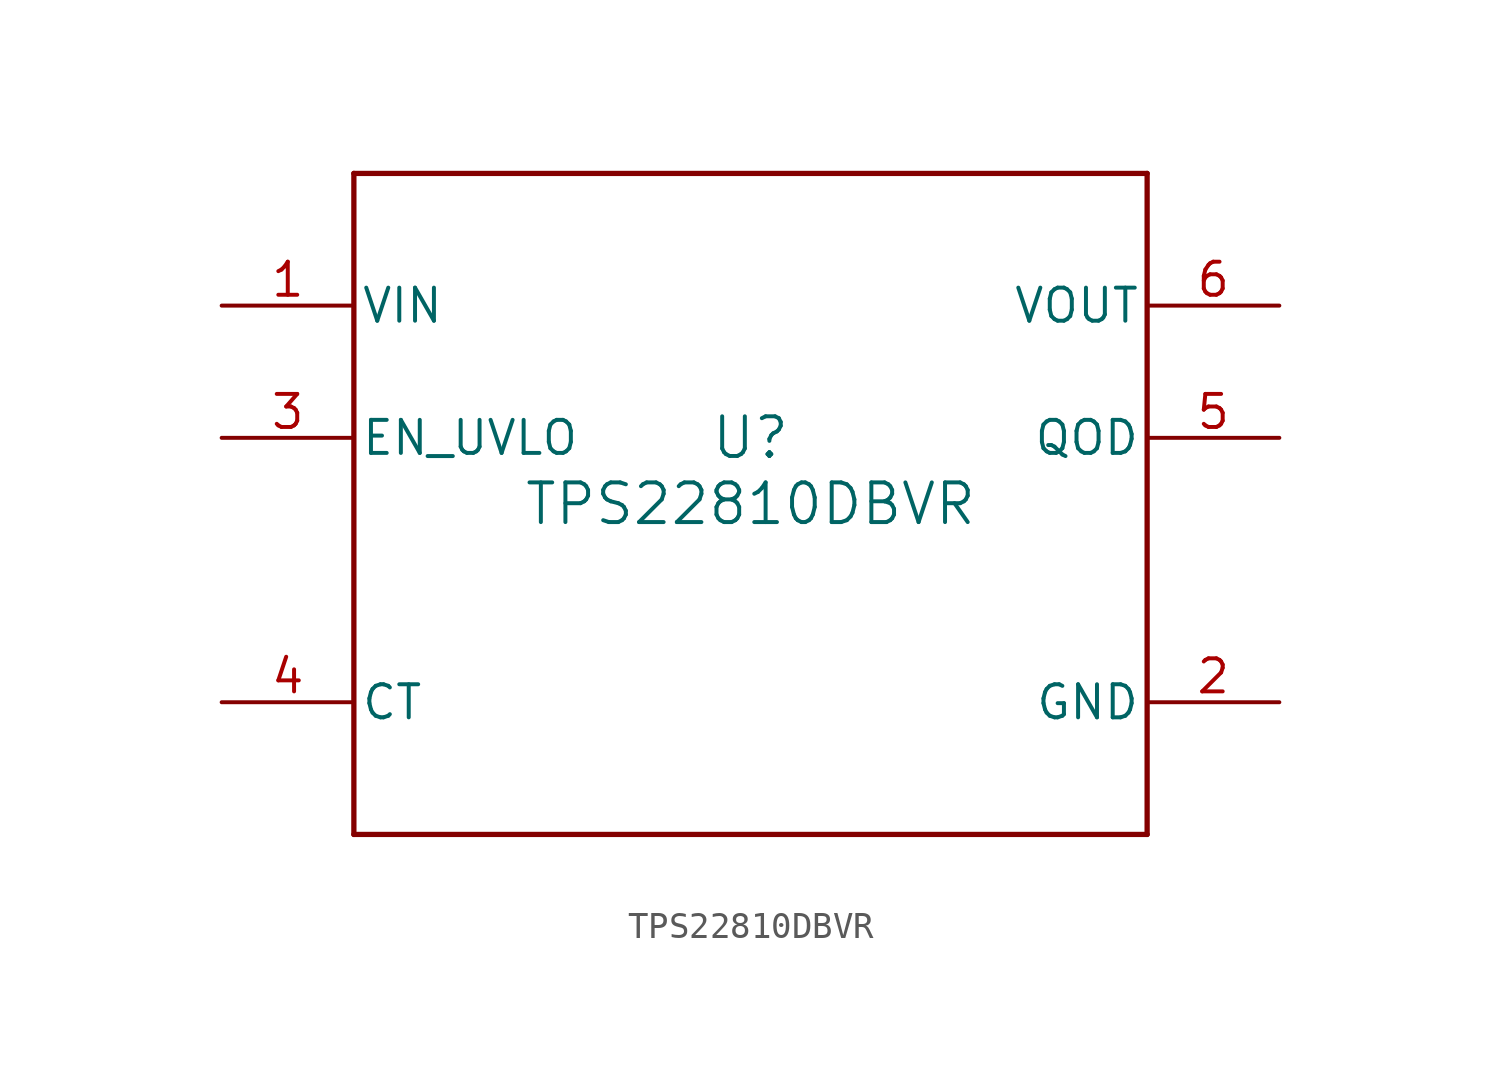
<source format=kicad_sym>
(kicad_symbol_lib
  (version 20211014)
  (generator kicad_symbol_editor)
  (symbol "TPS22810DBVR"
    (pin_names
      (offset 0.254))
    (property "Reference" "U"
      (at 0 2.54 0)
      (effects (font (size 1.524 1.524))))
    (property "Value" "TPS22810DBVR"
      (at 0 0 0)
      (effects (font (size 1.524 1.524))))
    (symbol "TPS22810DBVR_0_1"
      (polyline (pts (xy -15.24 -12.7) (xy 15.24 -12.7)) (stroke (width 0.203) (type default) (color 0 0 0 0)) (fill (type none)))
      (polyline (pts (xy 15.24 -12.7) (xy 15.24 12.7)) (stroke (width 0.203) (type default) (color 0 0 0 0)) (fill (type none)))
      (polyline (pts (xy 15.24 12.7) (xy -15.24 12.7)) (stroke (width 0.203) (type default) (color 0 0 0 0)) (fill (type none)))
      (polyline (pts (xy -15.24 12.7) (xy -15.24 -12.7)) (stroke (width 0.203) (type default) (color 0 0 0 0)) (fill (type none)))
      (pin power_in line (at -20.32 7.62 0) (length 5.08) (name "VIN" (effects (font (size 1.27 1.27)))) (number "1" (effects (font (size 1.27 1.27)))))
      (pin power_in line (at 20.32 -7.62 180) (length 5.08) (name "GND" (effects (font (size 1.27 1.27)))) (number "2" (effects (font (size 1.27 1.27)))))
      (pin input line (at -20.32 2.54 0) (length 5.08) (name "EN_UVLO" (effects (font (size 1.27 1.27)))) (number "3" (effects (font (size 1.27 1.27)))))
      (pin unspecified line (at -20.32 -7.62 0) (length 5.08) (name "CT" (effects (font (size 1.27 1.27)))) (number "4" (effects (font (size 1.27 1.27)))))
      (pin output line (at 20.32 2.54 180) (length 5.08) (name "QOD" (effects (font (size 1.27 1.27)))) (number "5" (effects (font (size 1.27 1.27)))))
      (pin power_in line (at 20.32 7.62 180) (length 5.08) (name "VOUT" (effects (font (size 1.27 1.27)))) (number "6" (effects (font (size 1.27 1.27))))))))
</source>
